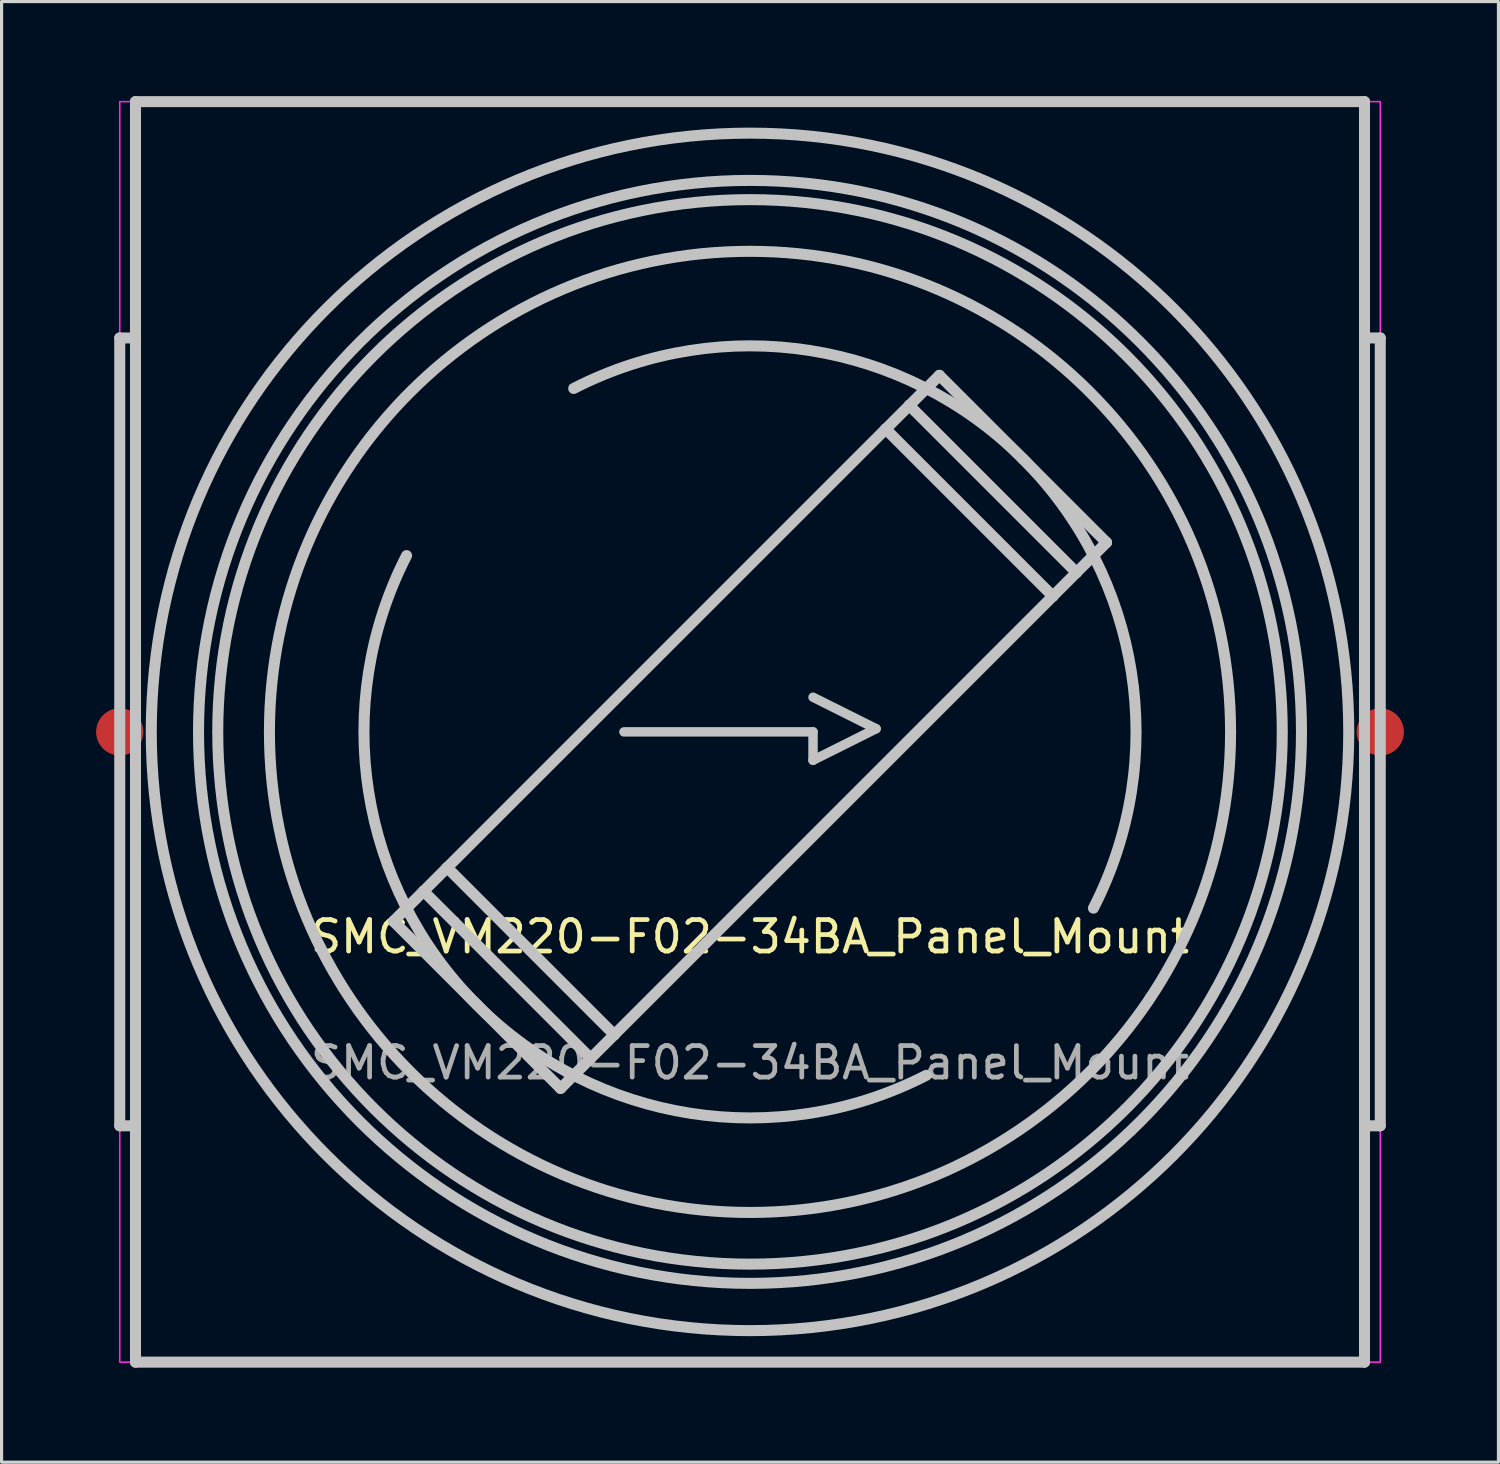
<source format=kicad_pcb>
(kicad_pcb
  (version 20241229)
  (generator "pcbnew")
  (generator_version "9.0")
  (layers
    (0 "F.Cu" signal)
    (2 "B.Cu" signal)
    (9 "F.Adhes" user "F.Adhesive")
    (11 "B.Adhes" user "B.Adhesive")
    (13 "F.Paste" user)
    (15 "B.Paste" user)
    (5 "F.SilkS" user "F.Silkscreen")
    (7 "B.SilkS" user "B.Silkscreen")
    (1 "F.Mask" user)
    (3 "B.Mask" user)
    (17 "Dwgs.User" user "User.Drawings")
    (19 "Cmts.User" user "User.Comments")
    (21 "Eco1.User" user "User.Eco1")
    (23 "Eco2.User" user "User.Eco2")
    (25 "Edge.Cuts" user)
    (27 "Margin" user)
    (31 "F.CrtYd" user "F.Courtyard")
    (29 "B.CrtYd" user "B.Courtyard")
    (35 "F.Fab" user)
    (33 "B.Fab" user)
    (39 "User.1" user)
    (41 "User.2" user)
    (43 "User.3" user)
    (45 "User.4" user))
  (footprint "SMC_VM220-F02-34BA_Panel_Mount"
    (layer "F.Cu")
    (at 20.75 20.175)
    (property "Reference" "SMC_VM220-F02-34BA_Panel_Mount" (at 0 6.5 0) (unlocked yes) (layer "F.SilkS") (effects (font (size 1 1) (thickness 0.15))))
    (fp_line (start -20 12.5) (end -20 -12.5) (stroke (width 0.35) (type solid)) (layer "Dwgs.User"))
    (fp_line (start -19.5 -12.5) (end -20 -12.5) (stroke (width 0.35) (type solid)) (layer "Dwgs.User"))
    (fp_line (start -19.5 12.5) (end -20 12.5) (stroke (width 0.35) (type solid)) (layer "Dwgs.User"))
    (fp_line (start -19.5 20) (end -19.5 -20) (stroke (width 0.35) (type solid)) (layer "Dwgs.User"))
    (fp_line (start -10.359 5.056) (end -11.314 6.01) (stroke (width 0.35) (type solid)) (layer "Dwgs.User"))
    (fp_line (start -9.61 4.306) (end -10.359 5.056) (stroke (width 0.35) (type solid)) (layer "Dwgs.User"))
    (fp_line (start -8.662 8.662) (end -11.314 6.01) (stroke (width 0.35) (type solid)) (layer "Dwgs.User"))
    (fp_line (start -6.01 11.314) (end -8.662 8.662) (stroke (width 0.35) (type solid)) (layer "Dwgs.User"))
    (fp_line (start -5.056 10.359) (end -10.359 5.056) (stroke (width 0.35) (type solid)) (layer "Dwgs.User"))
    (fp_line (start -5.056 10.359) (end -6.01 11.314) (stroke (width 0.35) (type solid)) (layer "Dwgs.User"))
    (fp_line (start -4.306 9.61) (end -9.61 4.306) (stroke (width 0.35) (type solid)) (layer "Dwgs.User"))
    (fp_line (start -4.306 9.61) (end -5.056 10.359) (stroke (width 0.35) (type solid)) (layer "Dwgs.User"))
    (fp_line (start -4 0.000004) (end 2 0.000004) (stroke (width 0.3) (type solid)) (layer "Dwgs.User"))
    (fp_line (start 2 0.000004) (end 2 0.9) (stroke (width 0.3) (type solid)) (layer "Dwgs.User"))
    (fp_line (start 2 0.9) (end 4 -0.1) (stroke (width 0.3) (type solid)) (layer "Dwgs.User"))
    (fp_line (start 4 -0.1) (end 2 -1.1) (stroke (width 0.3) (type solid)) (layer "Dwgs.User"))
    (fp_line (start 4.306 -9.61) (end -9.61 4.306) (stroke (width 0.35) (type solid)) (layer "Dwgs.User"))
    (fp_line (start 5.056 -10.359) (end 4.306 -9.61) (stroke (width 0.35) (type solid)) (layer "Dwgs.User"))
    (fp_line (start 6.01 -11.314) (end 5.056 -10.359) (stroke (width 0.35) (type solid)) (layer "Dwgs.User"))
    (fp_line (start 8.662 -8.662) (end 6.01 -11.314) (stroke (width 0.35) (type solid)) (layer "Dwgs.User"))
    (fp_line (start 9.61 -4.306) (end -4.306 9.61) (stroke (width 0.35) (type solid)) (layer "Dwgs.User"))
    (fp_line (start 9.61 -4.306) (end 4.306 -9.61) (stroke (width 0.35) (type solid)) (layer "Dwgs.User"))
    (fp_line (start 10.359 -5.056) (end 5.056 -10.359) (stroke (width 0.35) (type solid)) (layer "Dwgs.User"))
    (fp_line (start 10.359 -5.056) (end 9.61 -4.306) (stroke (width 0.35) (type solid)) (layer "Dwgs.User"))
    (fp_line (start 11.314 -6.01) (end 8.662 -8.662) (stroke (width 0.35) (type solid)) (layer "Dwgs.User"))
    (fp_line (start 11.314 -6.01) (end 10.359 -5.056) (stroke (width 0.35) (type solid)) (layer "Dwgs.User"))
    (fp_line (start 19.5 -20) (end -19.5 -20) (stroke (width 0.35) (type solid)) (layer "Dwgs.User"))
    (fp_line (start 19.5 20) (end -19.5 20) (stroke (width 0.35) (type solid)) (layer "Dwgs.User"))
    (fp_line (start 19.5 20) (end 19.5 -20) (stroke (width 0.35) (type solid)) (layer "Dwgs.User"))
    (fp_line (start 20 -12.5) (end 19.5 -12.5) (stroke (width 0.35) (type solid)) (layer "Dwgs.User"))
    (fp_line (start 20 12.5) (end 19.5 12.5) (stroke (width 0.35) (type solid)) (layer "Dwgs.User"))
    (fp_line (start 20 12.5) (end 20 -12.5) (stroke (width 0.35) (type solid)) (layer "Dwgs.User"))
    (fp_arc (start -5.594561 -10.897862) (mid 8.662057 -8.662055) (end 10.897862 5.594561) (stroke (width 0.35) (type solid)) (layer "Dwgs.User"))
    (fp_arc (start 5.594561 10.897862) (mid -8.66206 8.662062) (end -10.897862 -5.594561) (stroke (width 0.35) (type solid)) (layer "Dwgs.User"))
    (fp_circle (center 0 0) (end 15.25 0) (stroke (width 0.35) (type solid)) (fill no) (layer "Dwgs.User"))
    (fp_circle (center 0 0) (end 16.89 0) (stroke (width 0.35) (type solid)) (fill no) (layer "Dwgs.User"))
    (fp_circle (center 0 0) (end 17.5 0) (stroke (width 0.35) (type solid)) (fill no) (layer "Dwgs.User"))
    (fp_circle (center 0 0) (end 19 0) (stroke (width 0.35) (type solid)) (fill no) (layer "Dwgs.User"))
    (fp_rect (start -20 20) (end 20 -20) (stroke (width 0.05) (type solid)) (fill no) (layer "F.CrtYd"))
    (fp_text user "${REFERENCE}" (at 0 10.5 0) (unlocked yes) (layer "F.Fab") (effects (font (size 1 1) (thickness 0.15))))
    (pad "1" smd circle (at -20 0) (size 1.5 1.5) (layers "F.Cu" "F.Mask" "F.Paste"))
    (pad "2" smd circle (at 20 0) (size 1.5 1.5) (layers "F.Cu" "F.Mask" "F.Paste")))
  (gr_rect
    (start -3 -3)
    (end 44.5 43.35)
    (stroke (width 0.1) (type default))
    (fill no)
    (layer "Edge.Cuts")))
</source>
